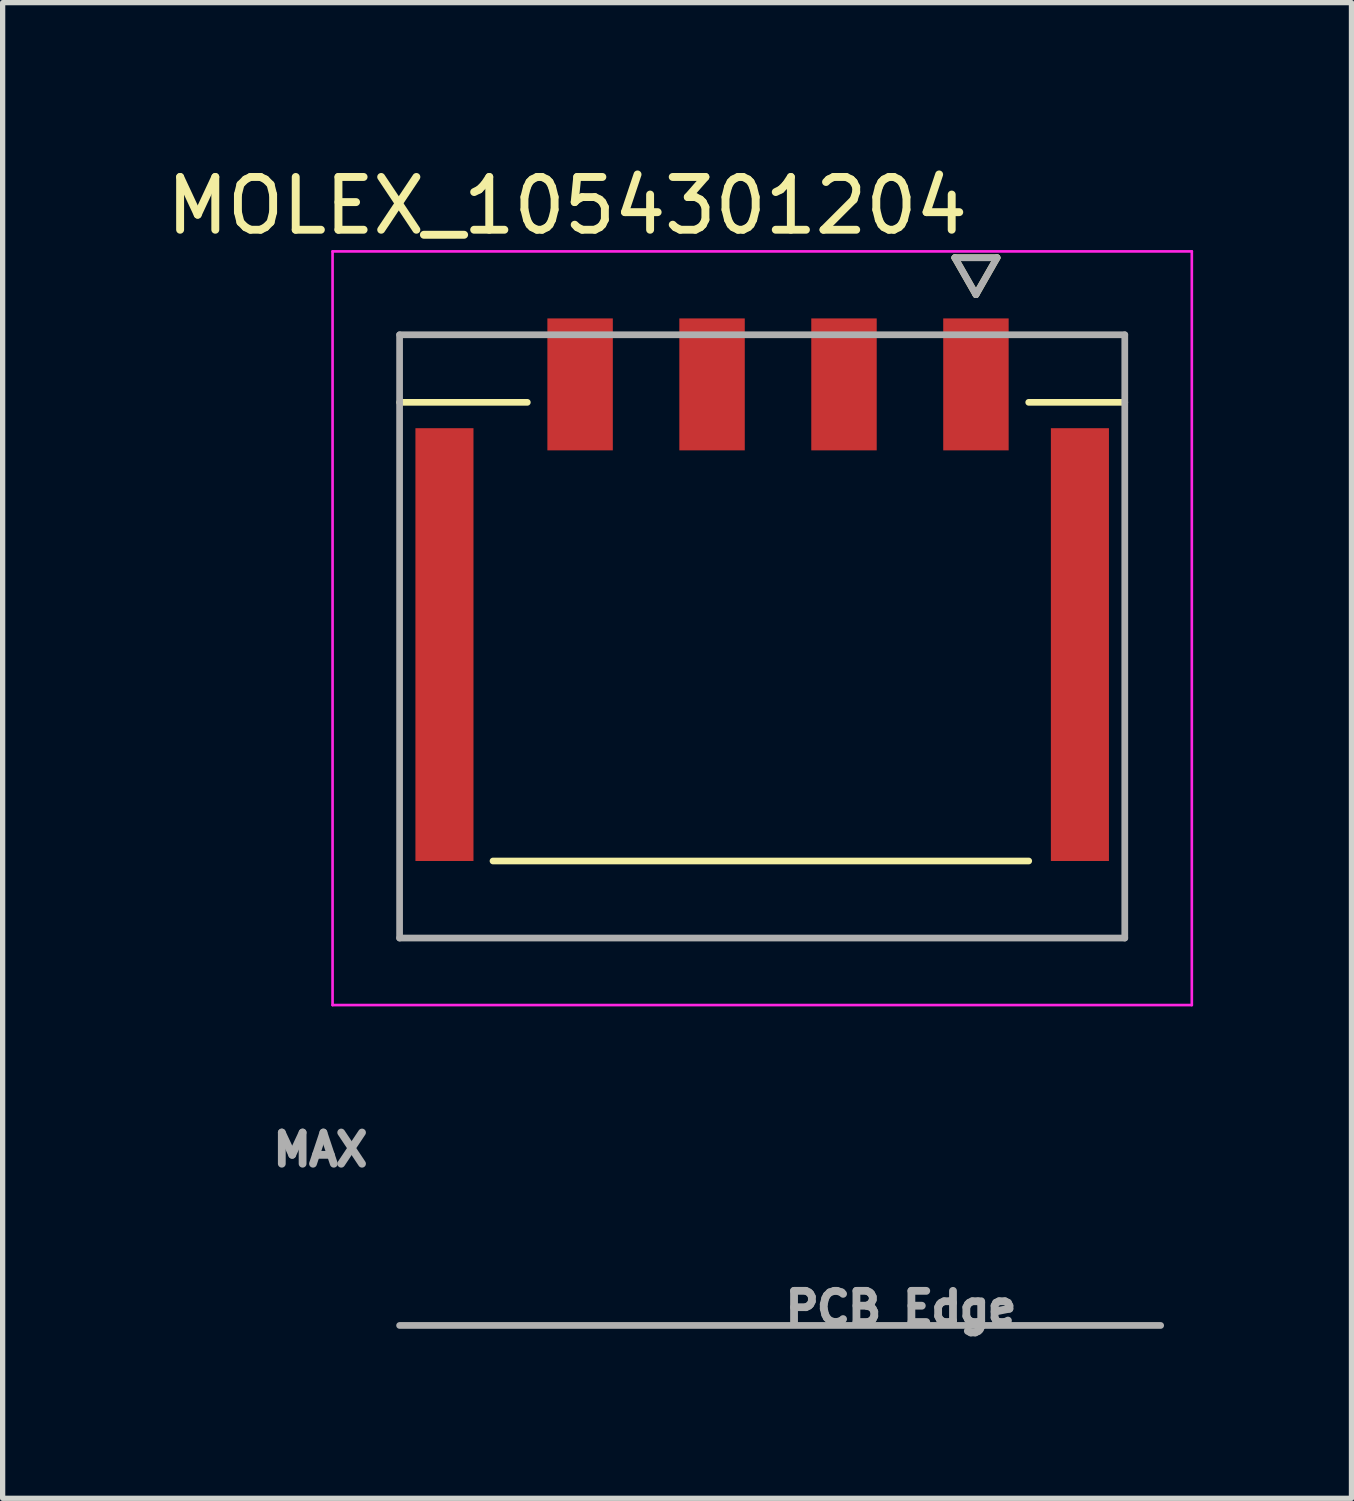
<source format=kicad_pcb>
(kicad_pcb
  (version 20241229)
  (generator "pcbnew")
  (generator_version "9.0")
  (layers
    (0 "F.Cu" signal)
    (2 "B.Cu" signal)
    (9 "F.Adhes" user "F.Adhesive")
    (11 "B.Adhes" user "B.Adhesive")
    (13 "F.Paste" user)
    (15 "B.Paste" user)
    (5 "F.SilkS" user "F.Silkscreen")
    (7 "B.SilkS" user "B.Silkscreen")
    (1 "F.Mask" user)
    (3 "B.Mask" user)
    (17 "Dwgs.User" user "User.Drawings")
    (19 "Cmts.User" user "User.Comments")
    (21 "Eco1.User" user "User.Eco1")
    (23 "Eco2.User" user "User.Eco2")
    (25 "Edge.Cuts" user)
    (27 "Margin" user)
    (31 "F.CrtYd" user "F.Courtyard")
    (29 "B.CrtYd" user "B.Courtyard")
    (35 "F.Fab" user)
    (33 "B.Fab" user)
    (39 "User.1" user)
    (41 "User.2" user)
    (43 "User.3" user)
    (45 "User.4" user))
  (footprint "MOLEX_1054301204"
    (layer "F.Cu")
    (at 11.391 9.008)
    (property "Reference" "MOLEX_1054301204" (at -3.695 -8.16 0) (layer "F.SilkS") (effects (font (size 1 1) (thickness 0.15))))
    (attr smd)
    (fp_poly (pts (xy -6.646 -4.021) (xy -5.394 -4.021) (xy -5.394 4.331) (xy -6.646 4.331)) (stroke (width 0.01) (type solid)) (fill yes) (layer "F.Mask"))
    (fp_poly (pts (xy -4.146 -6.101) (xy -2.754 -6.101) (xy -2.754 -3.449) (xy -4.146 -3.449)) (stroke (width 0.01) (type solid)) (fill yes) (layer "F.Mask"))
    (fp_poly (pts (xy -1.646 -6.101) (xy -0.254 -6.101) (xy -0.254 -3.449) (xy -1.646 -3.449)) (stroke (width 0.01) (type solid)) (fill yes) (layer "F.Mask"))
    (fp_poly (pts (xy 0.854 -6.101) (xy 2.246 -6.101) (xy 2.246 -3.449) (xy 0.854 -3.449)) (stroke (width 0.01) (type solid)) (fill yes) (layer "F.Mask"))
    (fp_poly (pts (xy 3.354 -6.101) (xy 4.746 -6.101) (xy 4.746 -3.449) (xy 3.354 -3.449)) (stroke (width 0.01) (type solid)) (fill yes) (layer "F.Mask"))
    (fp_poly (pts (xy 5.394 -4.021) (xy 6.646 -4.021) (xy 6.646 4.331) (xy 5.394 4.331)) (stroke (width 0.01) (type solid)) (fill yes) (layer "F.Mask"))
    (fp_line (start -6.87 -4.435) (end -4.45 -4.435) (stroke (width 0.127) (type solid)) (layer "F.SilkS"))
    (fp_line (start 3.65 -7.175) (end 4.05 -6.475) (stroke (width 0.127) (type solid)) (layer "F.SilkS"))
    (fp_line (start 4.05 -6.475) (end 4.45 -7.175) (stroke (width 0.127) (type solid)) (layer "F.SilkS"))
    (fp_line (start 4.45 -7.175) (end 3.65 -7.175) (stroke (width 0.127) (type solid)) (layer "F.SilkS"))
    (fp_line (start 5.05 -4.435) (end 6.87 -4.435) (stroke (width 0.127) (type solid)) (layer "F.SilkS"))
    (fp_line (start 5.05 4.255) (end -5.1 4.255) (stroke (width 0.127) (type solid)) (layer "F.SilkS"))
    (fp_line (start -8.14 -7.295) (end 8.14 -7.295) (stroke (width 0.05) (type solid)) (layer "F.CrtYd"))
    (fp_line (start -8.14 6.985) (end -8.14 -7.295) (stroke (width 0.05) (type solid)) (layer "F.CrtYd"))
    (fp_line (start -8.14 6.985) (end 8.14 6.985) (stroke (width 0.05) (type solid)) (layer "F.CrtYd"))
    (fp_line (start 8.14 -7.295) (end 8.14 6.985) (stroke (width 0.05) (type solid)) (layer "F.CrtYd"))
    (fp_line (start -6.87 -5.715) (end 6.87 -5.715) (stroke (width 0.127) (type solid)) (layer "F.Fab"))
    (fp_line (start -6.87 5.715) (end -6.87 -5.715) (stroke (width 0.127) (type solid)) (layer "F.Fab"))
    (fp_line (start -6.87 13.055) (end 7.55 13.055) (stroke (width 0.127) (type solid)) (layer "F.Fab"))
    (fp_line (start 3.65 -7.175) (end 4.05 -6.475) (stroke (width 0.127) (type solid)) (layer "F.Fab"))
    (fp_line (start 4.05 -6.475) (end 4.45 -7.175) (stroke (width 0.127) (type solid)) (layer "F.Fab"))
    (fp_line (start 4.45 -7.175) (end 3.65 -7.175) (stroke (width 0.127) (type solid)) (layer "F.Fab"))
    (fp_line (start 6.87 -5.715) (end 6.87 5.715) (stroke (width 0.127) (type solid)) (layer "F.Fab"))
    (fp_line (start 6.87 5.715) (end -6.87 5.715) (stroke (width 0.127) (type solid)) (layer "F.Fab"))
    (fp_text user "MAX" (at -8.37 9.725 0) (layer "F.Fab") (effects (font (size 0.591 0.591) (thickness 0.148))))
    (fp_text user "PCB Edge" (at 2.63 12.725 0) (layer "F.Fab") (effects (font (size 0.591 0.591) (thickness 0.148))))
    (pad "1" smd rect (at 4.05 -4.775) (size 1.24 2.5) (layers "F.Cu" "F.Paste"))
    (pad "2" smd rect (at 1.55 -4.775) (size 1.24 2.5) (layers "F.Cu" "F.Paste"))
    (pad "3" smd rect (at -0.95 -4.775) (size 1.24 2.5) (layers "F.Cu" "F.Paste"))
    (pad "4" smd rect (at -3.45 -4.775) (size 1.24 2.5) (layers "F.Cu" "F.Paste"))
    (pad "SH" smd rect (at -6.02 0.155) (size 1.1 8.2) (layers "F.Cu" "F.Paste"))
    (pad "SH" smd rect (at 6.02 0.155) (size 1.1 8.2) (layers "F.Cu" "F.Paste")))
  (gr_rect
    (start -3 -3)
    (end 22.556 25.338)
    (stroke (width 0.1) (type default))
    (fill no)
    (layer "Edge.Cuts")))
</source>
